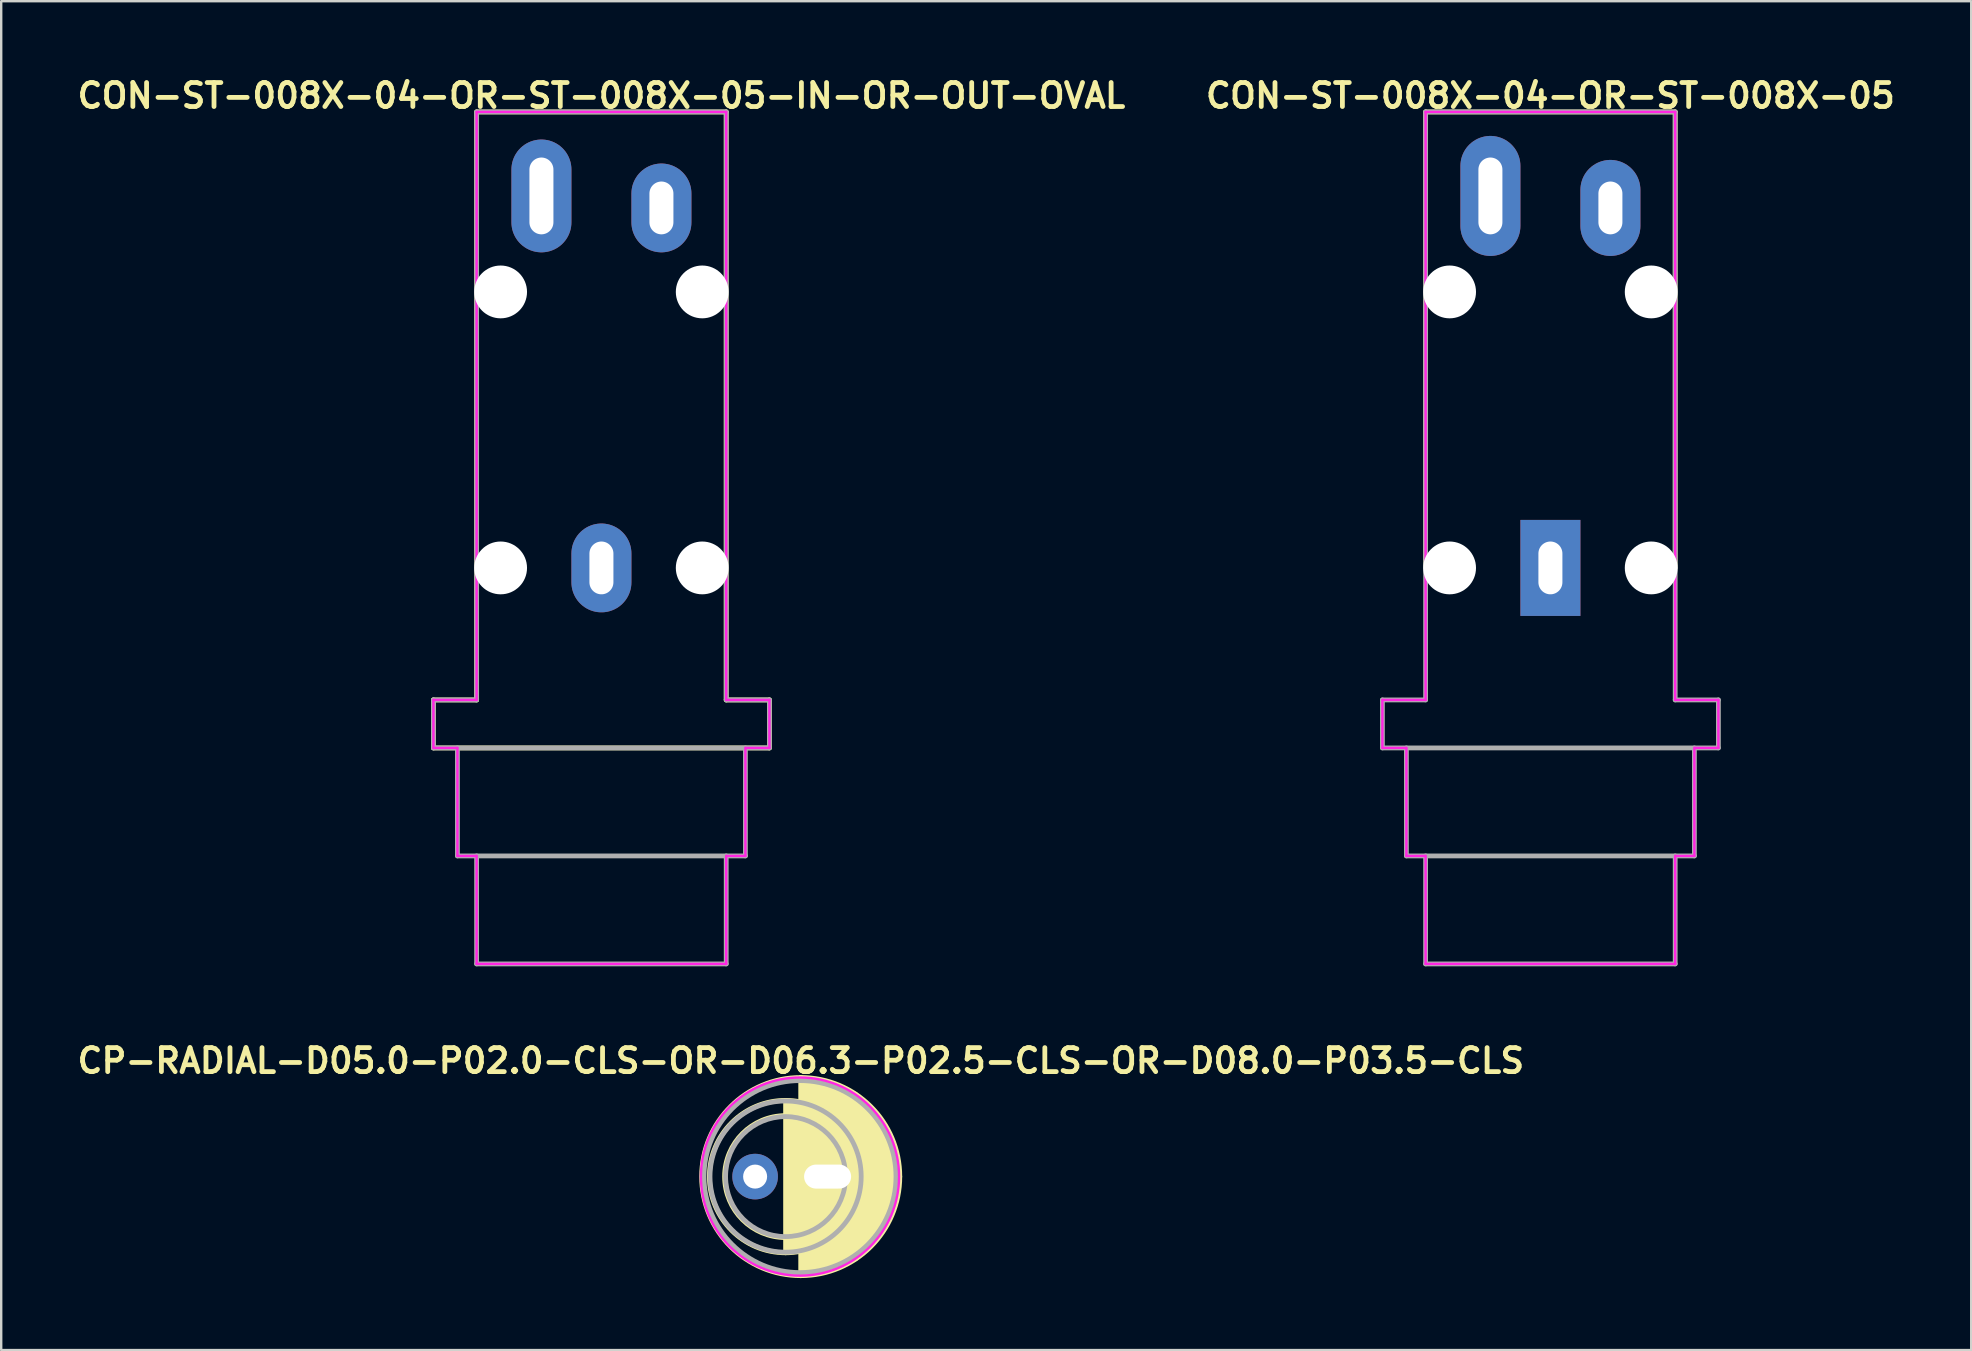
<source format=kicad_pcb>
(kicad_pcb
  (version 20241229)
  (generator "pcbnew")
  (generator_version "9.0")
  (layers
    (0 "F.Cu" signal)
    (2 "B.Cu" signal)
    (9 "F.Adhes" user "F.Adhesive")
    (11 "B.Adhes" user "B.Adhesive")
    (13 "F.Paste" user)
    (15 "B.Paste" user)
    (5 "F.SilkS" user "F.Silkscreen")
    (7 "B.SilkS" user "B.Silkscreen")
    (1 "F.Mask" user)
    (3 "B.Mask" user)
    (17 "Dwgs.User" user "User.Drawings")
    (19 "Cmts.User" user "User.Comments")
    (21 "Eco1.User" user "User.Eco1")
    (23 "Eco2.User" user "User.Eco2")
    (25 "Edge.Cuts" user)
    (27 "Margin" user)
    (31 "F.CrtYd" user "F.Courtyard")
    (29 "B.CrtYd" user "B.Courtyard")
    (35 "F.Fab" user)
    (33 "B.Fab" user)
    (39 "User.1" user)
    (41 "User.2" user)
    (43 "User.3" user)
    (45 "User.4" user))
  (footprint "CON-ST-008X-04-OR-ST-008X-05"
    (layer "F.Cu")
    (at 61.552 28.114)
    (property "Reference" "CON-ST-008X-04-OR-ST-008X-05" (at 0 -27.178 0) (layer "F.SilkS") (effects (font (size 1 1) (thickness 0.2))))
    (attr through_hole)
    (fp_line (start -5.2 -26.5) (end -5.2 -7.5) (stroke (width 0.2) (type solid)) (layer "F.SilkS"))
    (fp_line (start -5.2 -26.5) (end 5.2 -26.5) (stroke (width 0.2) (type solid)) (layer "F.SilkS"))
    (fp_line (start 5.2 -26.5) (end 5.2 -7.5) (stroke (width 0.2) (type solid)) (layer "F.SilkS"))
    (fp_line (start -7 -2) (end -7 0) (stroke (width 0.1) (type solid)) (layer "F.CrtYd"))
    (fp_line (start -7 -2) (end -5.2 -2) (stroke (width 0.1) (type solid)) (layer "F.CrtYd"))
    (fp_line (start -7 0) (end -6 0) (stroke (width 0.1) (type solid)) (layer "F.CrtYd"))
    (fp_line (start -6 0) (end -6 4.5) (stroke (width 0.1) (type solid)) (layer "F.CrtYd"))
    (fp_line (start -6 4.5) (end -5.2 4.5) (stroke (width 0.1) (type solid)) (layer "F.CrtYd"))
    (fp_line (start -5.2 -26.5) (end -5.2 -2) (stroke (width 0.1) (type solid)) (layer "F.CrtYd"))
    (fp_line (start -5.2 -26.5) (end 5.2 -26.5) (stroke (width 0.1) (type solid)) (layer "F.CrtYd"))
    (fp_line (start -5.2 4.5) (end -5.2 9) (stroke (width 0.1) (type solid)) (layer "F.CrtYd"))
    (fp_line (start -5.2 9) (end 5.2 9) (stroke (width 0.1) (type solid)) (layer "F.CrtYd"))
    (fp_line (start 5.2 -26.5) (end 5.2 -2) (stroke (width 0.1) (type solid)) (layer "F.CrtYd"))
    (fp_line (start 5.2 -2) (end 7 -2) (stroke (width 0.1) (type solid)) (layer "F.CrtYd"))
    (fp_line (start 5.2 4.5) (end 5.2 9) (stroke (width 0.1) (type solid)) (layer "F.CrtYd"))
    (fp_line (start 5.2 4.5) (end 6 4.5) (stroke (width 0.1) (type solid)) (layer "F.CrtYd"))
    (fp_line (start 6 0) (end 6 4.5) (stroke (width 0.1) (type solid)) (layer "F.CrtYd"))
    (fp_line (start 6 0) (end 7 0) (stroke (width 0.1) (type solid)) (layer "F.CrtYd"))
    (fp_line (start 7 -2) (end 7 0) (stroke (width 0.1) (type solid)) (layer "F.CrtYd"))
    (fp_line (start -7 -2) (end -7 0) (stroke (width 0.2) (type solid)) (layer "F.Fab"))
    (fp_line (start -7 -2) (end -5.2 -2) (stroke (width 0.2) (type solid)) (layer "F.Fab"))
    (fp_line (start -7 0) (end 7 0) (stroke (width 0.2) (type solid)) (layer "F.Fab"))
    (fp_line (start -6 0) (end -6 4.5) (stroke (width 0.2) (type solid)) (layer "F.Fab"))
    (fp_line (start -6 4.5) (end 6 4.5) (stroke (width 0.2) (type solid)) (layer "F.Fab"))
    (fp_line (start -5.2 -26.5) (end -5.2 -2) (stroke (width 0.2) (type solid)) (layer "F.Fab"))
    (fp_line (start -5.2 -26.5) (end 5.2 -26.5) (stroke (width 0.2) (type solid)) (layer "F.Fab"))
    (fp_line (start -5.2 4.5) (end -5.2 9) (stroke (width 0.2) (type solid)) (layer "F.Fab"))
    (fp_line (start -5.2 9) (end 5.2 9) (stroke (width 0.2) (type solid)) (layer "F.Fab"))
    (fp_line (start 5.2 -26.5) (end 5.2 -2) (stroke (width 0.2) (type solid)) (layer "F.Fab"))
    (fp_line (start 5.2 -2) (end 7 -2) (stroke (width 0.2) (type solid)) (layer "F.Fab"))
    (fp_line (start 5.2 4.5) (end 5.2 9) (stroke (width 0.2) (type solid)) (layer "F.Fab"))
    (fp_line (start 6 0) (end 6 4.5) (stroke (width 0.2) (type solid)) (layer "F.Fab"))
    (fp_line (start 7 -2) (end 7 0) (stroke (width 0.2) (type solid)) (layer "F.Fab"))
    (pad "" np_thru_hole circle (at -4.2 -19) (size 2.2 2.2) (drill 2.2) (layers "*.Cu" "*.Mask"))
    (pad "" np_thru_hole circle (at -4.2 -7.5) (size 2.2 2.2) (drill 2.2) (layers "*.Cu" "*.Mask"))
    (pad "" np_thru_hole circle (at 4.2 -19) (size 2.2 2.2) (drill 2.2) (layers "*.Cu" "*.Mask"))
    (pad "" np_thru_hole circle (at 4.2 -7.5) (size 2.2 2.2) (drill 2.2) (layers "*.Cu" "*.Mask"))
    (pad "R/TN" thru_hole oval (at -2.5 -23) (size 2.5 5) (drill oval 1 3.2) (layers "*.Cu" "*.Mask"))
    (pad "S" thru_hole rect (at 0 -7.5) (size 2.5 4) (drill oval 1 2.2) (layers "*.Cu" "*.Mask"))
    (pad "T" thru_hole oval (at 2.5 -22.5) (size 2.5 4) (drill oval 1 2.2) (layers "*.Cu" "*.Mask")))
  (footprint "CON-ST-008X-04-OR-ST-008X-05-IN-OR-OUT-OVAL"
    (layer "F.Cu")
    (at 22.01 28.114)
    (property "Reference" "CON-ST-008X-04-OR-ST-008X-05-IN-OR-OUT-OVAL" (at 0 -27.178 0) (layer "F.SilkS") (effects (font (size 1 1) (thickness 0.2))))
    (attr through_hole)
    (fp_line (start -7 -2) (end -7 0) (stroke (width 0.2) (type solid)) (layer "F.SilkS"))
    (fp_line (start -7 -2) (end -5.2 -2) (stroke (width 0.2) (type solid)) (layer "F.SilkS"))
    (fp_line (start -7 0) (end 7 0) (stroke (width 0.2) (type solid)) (layer "F.SilkS"))
    (fp_line (start -5.2 -26.5) (end -5.2 -2) (stroke (width 0.2) (type solid)) (layer "F.SilkS"))
    (fp_line (start -5.2 -26.5) (end 5.2 -26.5) (stroke (width 0.2) (type solid)) (layer "F.SilkS"))
    (fp_line (start 5.2 -26.5) (end 5.2 -2) (stroke (width 0.2) (type solid)) (layer "F.SilkS"))
    (fp_line (start 5.2 -2) (end 7 -2) (stroke (width 0.2) (type solid)) (layer "F.SilkS"))
    (fp_line (start 7 -2) (end 7 0) (stroke (width 0.2) (type solid)) (layer "F.SilkS"))
    (fp_line (start -7 -2) (end -7 0) (stroke (width 0.1) (type solid)) (layer "F.CrtYd"))
    (fp_line (start -7 -2) (end -5.2 -2) (stroke (width 0.1) (type solid)) (layer "F.CrtYd"))
    (fp_line (start -7 0) (end -6 0) (stroke (width 0.1) (type solid)) (layer "F.CrtYd"))
    (fp_line (start -6 0) (end -6 4.5) (stroke (width 0.1) (type solid)) (layer "F.CrtYd"))
    (fp_line (start -6 4.5) (end -5.2 4.5) (stroke (width 0.1) (type solid)) (layer "F.CrtYd"))
    (fp_line (start -5.2 -26.5) (end -5.2 -2) (stroke (width 0.1) (type solid)) (layer "F.CrtYd"))
    (fp_line (start -5.2 -26.5) (end 5.2 -26.5) (stroke (width 0.1) (type solid)) (layer "F.CrtYd"))
    (fp_line (start -5.2 4.5) (end -5.2 9) (stroke (width 0.1) (type solid)) (layer "F.CrtYd"))
    (fp_line (start -5.2 9) (end 5.2 9) (stroke (width 0.1) (type solid)) (layer "F.CrtYd"))
    (fp_line (start 5.2 -26.5) (end 5.2 -2) (stroke (width 0.1) (type solid)) (layer "F.CrtYd"))
    (fp_line (start 5.2 -2) (end 7 -2) (stroke (width 0.1) (type solid)) (layer "F.CrtYd"))
    (fp_line (start 5.2 4.5) (end 5.2 9) (stroke (width 0.1) (type solid)) (layer "F.CrtYd"))
    (fp_line (start 5.2 4.5) (end 6 4.5) (stroke (width 0.1) (type solid)) (layer "F.CrtYd"))
    (fp_line (start 6 0) (end 6 4.5) (stroke (width 0.1) (type solid)) (layer "F.CrtYd"))
    (fp_line (start 6 0) (end 7 0) (stroke (width 0.1) (type solid)) (layer "F.CrtYd"))
    (fp_line (start 7 -2) (end 7 0) (stroke (width 0.1) (type solid)) (layer "F.CrtYd"))
    (fp_line (start -7 -2) (end -7 0) (stroke (width 0.2) (type solid)) (layer "F.Fab"))
    (fp_line (start -7 -2) (end -5.2 -2) (stroke (width 0.2) (type solid)) (layer "F.Fab"))
    (fp_line (start -7 0) (end 7 0) (stroke (width 0.2) (type solid)) (layer "F.Fab"))
    (fp_line (start -6 0) (end -6 4.5) (stroke (width 0.2) (type solid)) (layer "F.Fab"))
    (fp_line (start -6 4.5) (end 6 4.5) (stroke (width 0.2) (type solid)) (layer "F.Fab"))
    (fp_line (start -5.2 -26.5) (end -5.2 -2) (stroke (width 0.2) (type solid)) (layer "F.Fab"))
    (fp_line (start -5.2 -26.5) (end 5.2 -26.5) (stroke (width 0.2) (type solid)) (layer "F.Fab"))
    (fp_line (start -5.2 4.5) (end -5.2 9) (stroke (width 0.2) (type solid)) (layer "F.Fab"))
    (fp_line (start -5.2 9) (end 5.2 9) (stroke (width 0.2) (type solid)) (layer "F.Fab"))
    (fp_line (start 5.2 -26.5) (end 5.2 -2) (stroke (width 0.2) (type solid)) (layer "F.Fab"))
    (fp_line (start 5.2 -2) (end 7 -2) (stroke (width 0.2) (type solid)) (layer "F.Fab"))
    (fp_line (start 5.2 4.5) (end 5.2 9) (stroke (width 0.2) (type solid)) (layer "F.Fab"))
    (fp_line (start 6 0) (end 6 4.5) (stroke (width 0.2) (type solid)) (layer "F.Fab"))
    (fp_line (start 7 -2) (end 7 0) (stroke (width 0.2) (type solid)) (layer "F.Fab"))
    (pad "" np_thru_hole circle (at -4.2 -19) (size 2.2 2.2) (drill 2.2) (layers "*.Cu" "*.Mask"))
    (pad "" np_thru_hole circle (at -4.2 -7.5) (size 2.2 2.2) (drill 2.2) (layers "*.Cu" "*.Mask"))
    (pad "" np_thru_hole circle (at 4.2 -19) (size 2.2 2.2) (drill 2.2) (layers "*.Cu" "*.Mask"))
    (pad "" np_thru_hole circle (at 4.2 -7.5) (size 2.2 2.2) (drill 2.2) (layers "*.Cu" "*.Mask"))
    (pad "R/TN" thru_hole oval (at -2.5 -23) (size 2.5 4.7) (drill oval 1 3.2) (layers "*.Cu" "*.Mask"))
    (pad "S" thru_hole oval (at 0 -7.5) (size 2.5 3.7) (drill oval 1 2.2) (layers "*.Cu" "*.Mask"))
    (pad "T" thru_hole oval (at 2.5 -22.5) (size 2.5 3.7) (drill oval 1 2.2) (layers "*.Cu" "*.Mask")))
  (footprint "CP-RADIAL-D05.0-P02.0-CLS-OR-D06.3-P02.5-CLS-OR-D08.0-P03.5-CLS"
    (layer "F.Cu")
    (at 29.684 45.976)
    (property "Reference" "CP-RADIAL-D05.0-P02.0-CLS-OR-D06.3-P02.5-CLS-OR-D08.0-P03.5-CLS" (at 0.635 -4.826 0) (layer "F.SilkS") (effects (font (size 1 1) (thickness 0.2))))
    (attr through_hole)
    (fp_circle (center 0 0) (end 2.54 0) (stroke (width 0.2) (type solid)) (fill no) (layer "F.SilkS"))
    (fp_circle (center 0 0) (end 3.175 0) (stroke (width 0.2) (type solid)) (fill no) (layer "F.SilkS"))
    (fp_circle (center 0.63 0) (end 4.758 0) (stroke (width 0.2) (type solid)) (fill no) (layer "F.SilkS"))
    (fp_poly (pts (xy 0 -3.175) (xy 1.651 -2.667) (xy 2.921 -1.143) (xy 3.175 0) (xy 2.921 1.143) (xy 1.651 2.667) (xy 0 3.175)) (stroke (width 0.2) (type solid)) (fill yes) (layer "F.SilkS"))
    (fp_poly (pts (xy 0.63 -4.128) (xy 2.916 -3.429) (xy 4.313 -1.778) (xy 4.758 0) (xy 4.313 1.778) (xy 2.916 3.429) (xy 0.63 4.128)) (stroke (width 0.2) (type solid)) (fill yes) (layer "F.SilkS"))
    (fp_circle (center 0.6 0) (end 4.728 0) (stroke (width 0.1) (type solid)) (fill no) (layer "F.CrtYd"))
    (fp_circle (center 0 0) (end 2.5 0) (stroke (width 0.2) (type solid)) (fill no) (layer "F.Fab"))
    (fp_circle (center 0 0) (end 3.15 0) (stroke (width 0.2) (type solid)) (fill no) (layer "F.Fab"))
    (fp_circle (center 0.6 0) (end 4.6 0) (stroke (width 0.2) (type solid)) (fill no) (layer "F.Fab"))
    (pad "+" thru_hole circle (at -1.27 0) (size 1.9 1.9) (drill 1) (layers "*.Cu" "*.Mask"))
    (pad "-" thru_hole rect (at 1.75 0) (size 2.86 1.9) (drill oval 1.96 1) (layers "*.Cu" "*.Mask")))
  (gr_rect
    (start -3 -3)
    (end 79.086 53.203)
    (stroke (width 0.1) (type default))
    (fill no)
    (layer "Edge.Cuts")))
</source>
